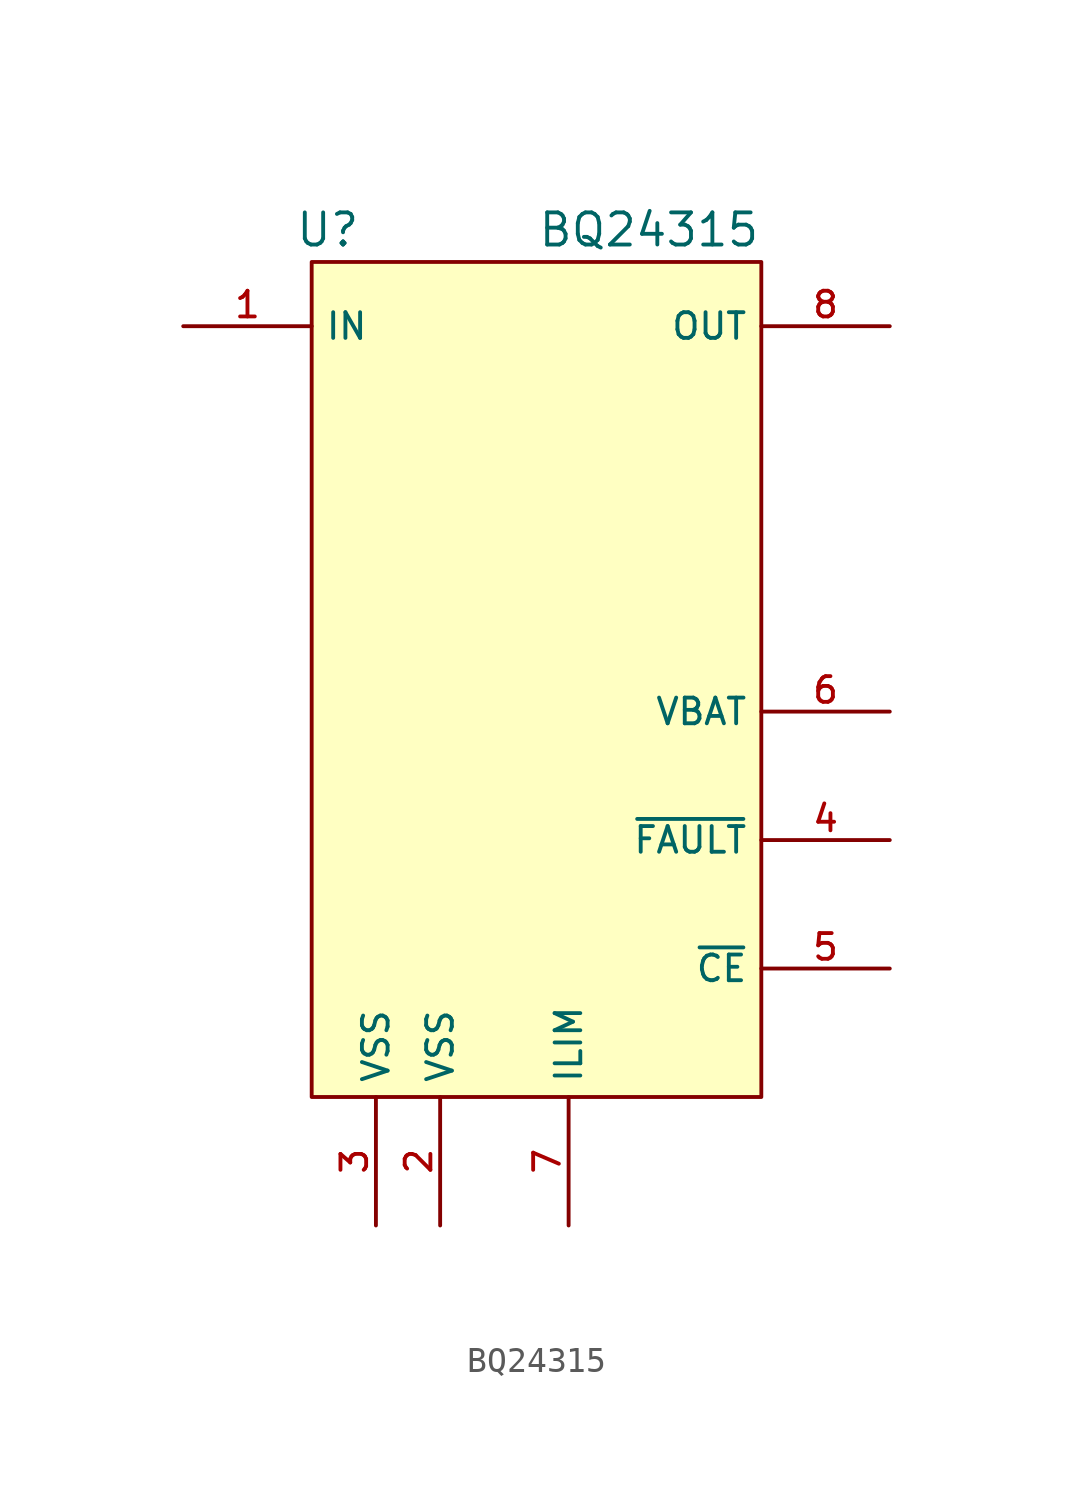
<source format=kicad_sym>
(kicad_symbol_lib
  (version 20211014)
  (generator kicad_symbol_editor)
  (symbol "BQ24315"
    (property "Reference" "U"
      (at -8.255 16.51 0)
      (effects (font (size 1.27 1.27))))
    (property "Value" "BQ24315"
      (at 4.445 16.51 0)
      (effects (font (size 1.27 1.27))))
    (symbol "BQ24315_0_0"
      (pin input line (at -13.97 12.7 0) (length 5.08) (name "IN" (effects (font (size 1.016 1.016)))) (number "1" (effects (font (size 1.016 1.016)))))
      (pin power_in line (at -3.81 -22.86 90) (length 5.08) (name "VSS" (effects (font (size 1.016 1.016)))) (number "2" (effects (font (size 1.016 1.016)))))
      (pin power_in line (at -6.35 -22.86 90) (length 5.08) (name "VSS" (effects (font (size 1.016 1.016)))) (number "3" (effects (font (size 1.016 1.016)))))
      (pin output line (at 13.97 -7.62 180) (length 5.08) (name "~{FAULT}" (effects (font (size 1.016 1.016)))) (number "4" (effects (font (size 1.016 1.016)))))
      (pin input line (at 13.97 -12.7 180) (length 5.08) (name "~{CE}" (effects (font (size 1.016 1.016)))) (number "5" (effects (font (size 1.016 1.016)))))
      (pin power_in line (at 13.97 -2.54 180) (length 5.08) (name "VBAT" (effects (font (size 1.016 1.016)))) (number "6" (effects (font (size 1.016 1.016)))))
      (pin input line (at 1.27 -22.86 90) (length 5.08) (name "ILIM" (effects (font (size 1.016 1.016)))) (number "7" (effects (font (size 1.016 1.016)))))
      (pin output line (at 13.97 12.7 180) (length 5.08) (name "OUT" (effects (font (size 1.016 1.016)))) (number "8" (effects (font (size 1.016 1.016))))))
    (symbol "BQ24315_0_1"
      (rectangle (start -8.89 15.24) (end 8.89 -17.78) (stroke (width 0.152) (type default) (color 0 0 0 0)) (fill (type background))))))
</source>
